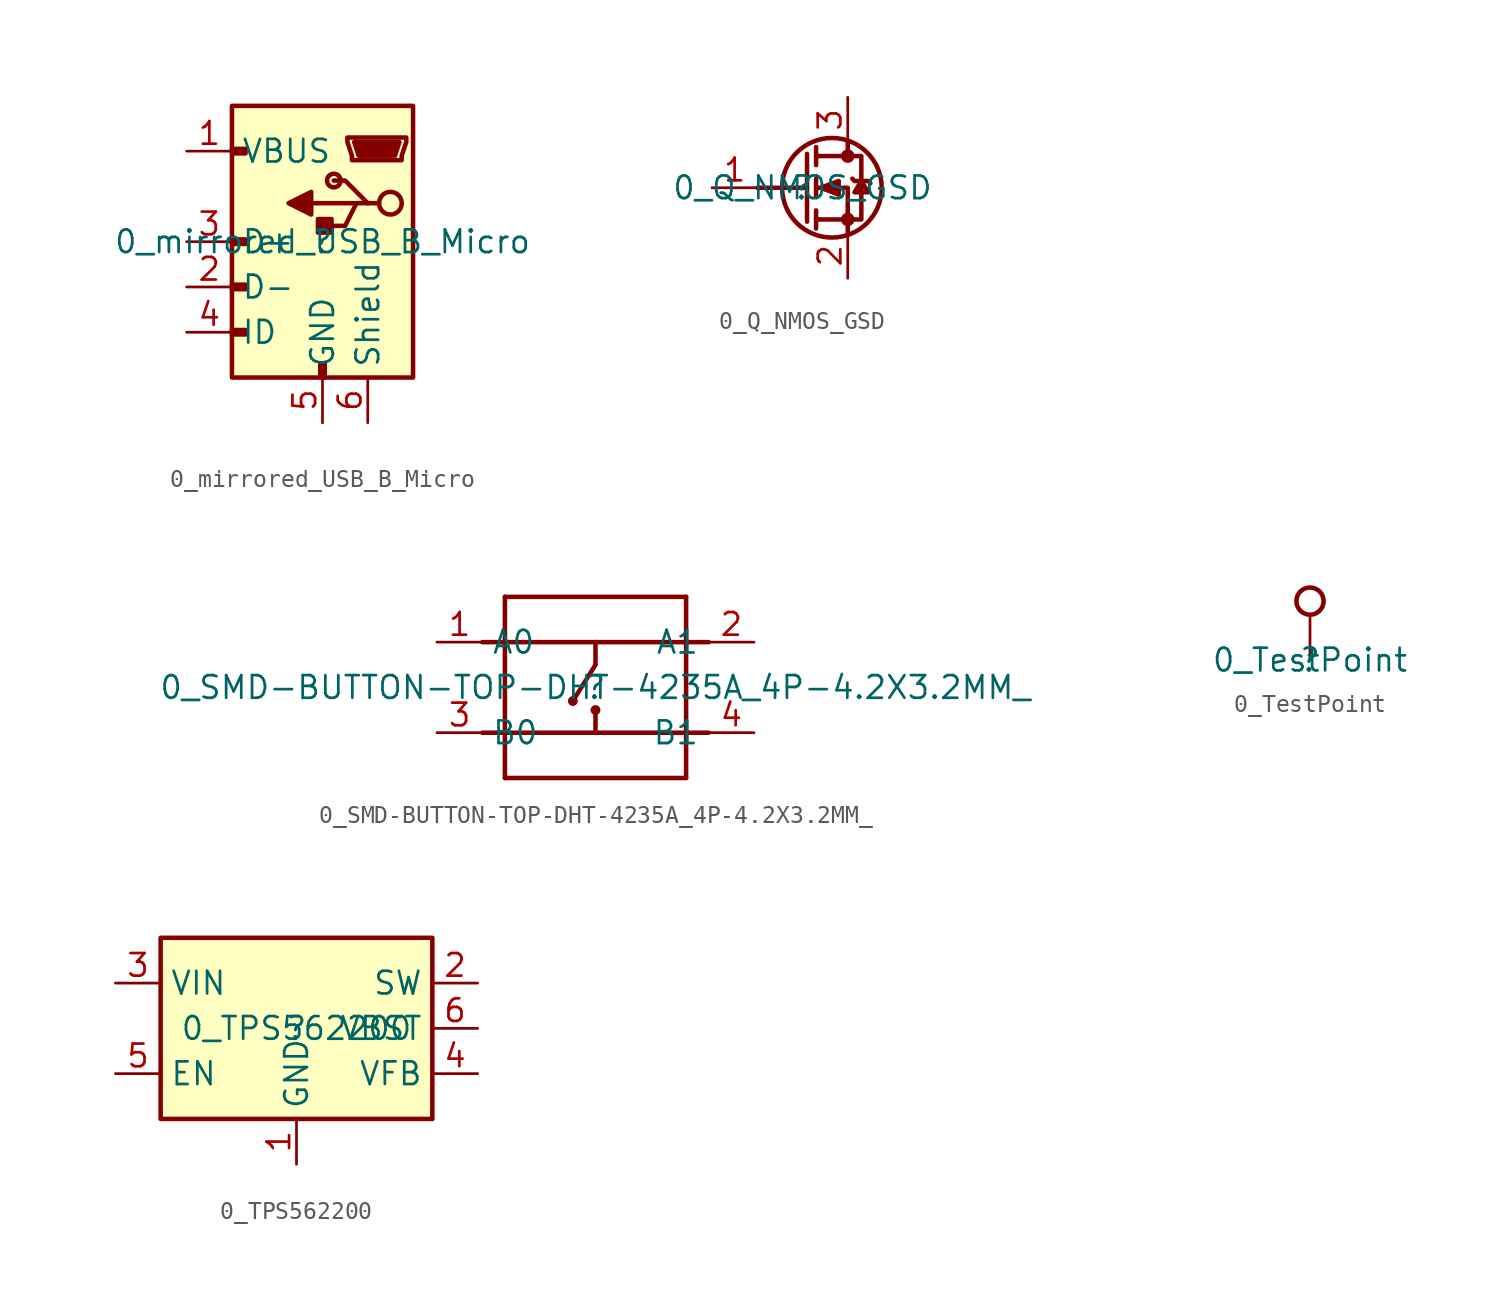
<source format=kicad_sym>
(kicad_symbol_lib
  (version 20211014)
  (generator kicad_symbol_editor)
  (symbol "0_mirrored_USB_B_Micro"
    (property "Reference" ""
      (at 0 0 0)
      (effects (font (size 1.27 1.27))))
    (property "Value" "0_mirrored_USB_B_Micro"
      (at 0 0 0)
      (effects (font (size 1.27 1.27))))
    (symbol "0_mirrored_USB_B_Micro_1_0"
      (rectangle (start -4.318 -4.953) (end -5.08 -5.207) (stroke (width 0.254) (type default) (color 0 0 0 0)) (fill (type none)))
      (rectangle (start -4.318 -2.413) (end -5.08 -2.667) (stroke (width 0.254) (type default) (color 0 0 0 0)) (fill (type none)))
      (rectangle (start -4.318 0.127) (end -5.08 -0.127) (stroke (width 0.254) (type default) (color 0 0 0 0)) (fill (type none)))
      (rectangle (start -4.318 5.207) (end -5.08 4.953) (stroke (width 0.254) (type default) (color 0 0 0 0)) (fill (type none)))
      (polyline (pts (xy 1.905 2.159) (xy -0.635 2.159)) (stroke (width 0.254) (type default) (color 0 0 0 0)) (fill (type none)))
      (polyline (pts (xy 2.54 2.159) (xy 1.905 2.159) (xy 1.27 0.889) (xy 0 0.889)) (stroke (width 0.254) (type default) (color 0 0 0 0)) (fill (type none)))
      (polyline (pts (xy 3.175 2.159) (xy 2.54 2.159) (xy 1.27 3.429) (xy 0.635 3.429)) (stroke (width 0.254) (type default) (color 0 0 0 0)) (fill (type none)))
      (polyline (pts (xy -0.635 2.794) (xy -0.635 1.524) (xy -1.905 2.159) (xy -0.635 2.794) (xy -0.635 2.794)) (stroke (width 0.254) (type default) (color 0 0 0 0)) (fill (type outline)))
      (polyline (pts (xy 4.318 5.588) (xy 1.778 5.588) (xy 2.032 4.826) (xy 4.064 4.826) (xy 4.318 5.588) (xy 4.318 5.588)) (stroke (width 0.254) (type default) (color 0 0 0 0)) (fill (type outline)))
      (polyline (pts (xy 4.699 5.842) (xy 4.699 5.588) (xy 4.445 4.826) (xy 4.445 4.572) (xy 1.651 4.572) (xy 1.651 4.826) (xy 1.397 5.588) (xy 1.397 5.842) (xy 4.699 5.842)) (stroke (width 0.254) (type default) (color 0 0 0 0)) (fill (type none)))
      (rectangle (start 0.127 -6.858) (end -0.127 -7.62) (stroke (width 0.254) (type default) (color 0 0 0 0)) (fill (type none)))
      (rectangle (start 0.508 1.27) (end -0.254 0.508) (stroke (width 0.254) (type default) (color 0 0 0 0)) (fill (type outline)))
      (circle (center 0.635 3.429) (radius 0.381) (stroke (width 0.254) (type default) (color 0 0 0 0)) (fill (type none)))
      (circle (center 3.81 2.159) (radius 0.635) (stroke (width 0.254) (type default) (color 0 0 0 0)) (fill (type none)))
      (rectangle (start 5.08 7.62) (end -5.08 -7.62) (stroke (width 0.254) (type default) (color 0 0 0 0)) (fill (type background)))
      (pin passive line (at -7.62 5.08 0) (length 2.54) (name "VBUS" (effects (font (size 1.27 1.27)))) (number "1" (effects (font (size 1.27 1.27)))))
      (pin passive line (at -7.62 -2.54 0) (length 2.54) (name "D-" (effects (font (size 1.27 1.27)))) (number "2" (effects (font (size 1.27 1.27)))))
      (pin passive line (at -7.62 0 0) (length 2.54) (name "D+" (effects (font (size 1.27 1.27)))) (number "3" (effects (font (size 1.27 1.27)))))
      (pin passive line (at -7.62 -5.08 0) (length 2.54) (name "ID" (effects (font (size 1.27 1.27)))) (number "4" (effects (font (size 1.27 1.27)))))
      (pin passive line (at 0 -10.16 90) (length 2.54) (name "GND" (effects (font (size 1.27 1.27)))) (number "5" (effects (font (size 1.27 1.27)))))
      (pin passive line (at 2.54 -10.16 90) (length 2.54) (name "Shield" (effects (font (size 1.27 1.27)))) (number "6" (effects (font (size 1.27 1.27)))))))
  (symbol "0_Q_NMOS_GSD"
    (property "Reference" ""
      (at 0 0 0)
      (effects (font (size 1.27 1.27))))
    (property "Value" "0_Q_NMOS_GSD"
      (at 0 0 0)
      (effects (font (size 1.27 1.27))))
    (symbol "0_Q_NMOS_GSD_1_0"
      (polyline (pts (xy 0.254 0) (xy -2.54 0)) (stroke (width 0.254) (type default) (color 0 0 0 0)) (fill (type none)))
      (polyline (pts (xy 0.254 1.905) (xy 0.254 -1.905)) (stroke (width 0.254) (type default) (color 0 0 0 0)) (fill (type none)))
      (polyline (pts (xy 0.762 -1.27) (xy 0.762 -2.286)) (stroke (width 0.254) (type default) (color 0 0 0 0)) (fill (type none)))
      (polyline (pts (xy 0.762 0.508) (xy 0.762 -0.508)) (stroke (width 0.254) (type default) (color 0 0 0 0)) (fill (type none)))
      (polyline (pts (xy 0.762 2.286) (xy 0.762 1.27)) (stroke (width 0.254) (type default) (color 0 0 0 0)) (fill (type none)))
      (polyline (pts (xy 2.54 2.54) (xy 2.54 1.778)) (stroke (width 0.254) (type default) (color 0 0 0 0)) (fill (type none)))
      (polyline (pts (xy 2.54 -2.54) (xy 2.54 0) (xy 0.762 0)) (stroke (width 0.254) (type default) (color 0 0 0 0)) (fill (type none)))
      (polyline (pts (xy 0.762 -1.778) (xy 3.302 -1.778) (xy 3.302 1.778) (xy 0.762 1.778)) (stroke (width 0.254) (type default) (color 0 0 0 0)) (fill (type none)))
      (polyline (pts (xy 2.794 0.508) (xy 2.921 0.381) (xy 3.683 0.381) (xy 3.81 0.254)) (stroke (width 0.254) (type default) (color 0 0 0 0)) (fill (type none)))
      (polyline (pts (xy 3.302 0.381) (xy 2.921 -0.254) (xy 3.683 -0.254) (xy 3.302 0.381)) (stroke (width 0.254) (type default) (color 0 0 0 0)) (fill (type none)))
      (polyline (pts (xy 1.016 0) (xy 2.032 0.381) (xy 2.032 -0.381) (xy 1.016 0) (xy 1.016 0)) (stroke (width 0.254) (type default) (color 0 0 0 0)) (fill (type outline)))
      (circle (center 1.651 0) (radius 2.794) (stroke (width 0.254) (type default) (color 0 0 0 0)) (fill (type none)))
      (circle (center 2.54 -1.778) (radius 0.254) (stroke (width 0.254) (type default) (color 0 0 0 0)) (fill (type none)))
      (circle (center 2.54 1.778) (radius 0.254) (stroke (width 0.254) (type default) (color 0 0 0 0)) (fill (type none)))
      (pin passive line (at -5.08 0 0) (length 2.54) (name "G" (effects (font (size 0 0)))) (number "1" (effects (font (size 1.27 1.27)))))
      (pin passive line (at 2.54 -5.08 90) (length 2.54) (name "S" (effects (font (size 0 0)))) (number "2" (effects (font (size 1.27 1.27)))))
      (pin passive line (at 2.54 5.08 270) (length 2.54) (name "D" (effects (font (size 0 0)))) (number "3" (effects (font (size 1.27 1.27)))))))
  (symbol "0_SMD-BUTTON-TOP-DHT-4235A_4P-4.2X3.2MM_"
    (property "Reference" ""
      (at 0 0 0)
      (effects (font (size 1.27 1.27))))
    (property "Value" "0_SMD-BUTTON-TOP-DHT-4235A_4P-4.2X3.2MM_"
      (at 0 0 0)
      (effects (font (size 1.27 1.27))))
    (symbol "0_SMD-BUTTON-TOP-DHT-4235A_4P-4.2X3.2MM__1_0"
      (circle (center -1.27 -0.762) (radius 0.152) (stroke (width 0.254) (type default) (color 0 0 0 0)) (fill (type none)))
      (circle (center 0 -1.27) (radius 0.152) (stroke (width 0.254) (type default) (color 0 0 0 0)) (fill (type none)))
      (polyline (pts (xy -6.35 -2.54) (xy -5.08 -2.54)) (stroke (width 0.254) (type default) (color 0 0 0 0)) (fill (type none)))
      (polyline (pts (xy -6.35 2.54) (xy -5.08 2.54)) (stroke (width 0.254) (type default) (color 0 0 0 0)) (fill (type none)))
      (polyline (pts (xy -5.08 -5.08) (xy -5.08 -2.54)) (stroke (width 0.254) (type default) (color 0 0 0 0)) (fill (type none)))
      (polyline (pts (xy -5.08 -2.54) (xy -5.08 2.54)) (stroke (width 0.254) (type default) (color 0 0 0 0)) (fill (type none)))
      (polyline (pts (xy -5.08 2.54) (xy -5.08 5.08)) (stroke (width 0.254) (type default) (color 0 0 0 0)) (fill (type none)))
      (polyline (pts (xy -5.08 2.54) (xy 0 2.54)) (stroke (width 0.254) (type default) (color 0 0 0 0)) (fill (type none)))
      (polyline (pts (xy -5.08 5.08) (xy 5.08 5.08)) (stroke (width 0.254) (type default) (color 0 0 0 0)) (fill (type none)))
      (polyline (pts (xy 0 -2.54) (xy -5.08 -2.54)) (stroke (width 0.254) (type default) (color 0 0 0 0)) (fill (type none)))
      (polyline (pts (xy 0 -2.54) (xy 5.08 -2.54)) (stroke (width 0.254) (type default) (color 0 0 0 0)) (fill (type none)))
      (polyline (pts (xy 0 -1.27) (xy 0 -2.54)) (stroke (width 0.254) (type default) (color 0 0 0 0)) (fill (type none)))
      (polyline (pts (xy 0 1.27) (xy -1.27 -0.762)) (stroke (width 0.254) (type default) (color 0 0 0 0)) (fill (type none)))
      (polyline (pts (xy 0 2.54) (xy 0 1.27)) (stroke (width 0.254) (type default) (color 0 0 0 0)) (fill (type none)))
      (polyline (pts (xy 0 2.54) (xy 5.08 2.54)) (stroke (width 0.254) (type default) (color 0 0 0 0)) (fill (type none)))
      (polyline (pts (xy 5.08 -5.08) (xy -5.08 -5.08)) (stroke (width 0.254) (type default) (color 0 0 0 0)) (fill (type none)))
      (polyline (pts (xy 5.08 -2.54) (xy 5.08 -5.08)) (stroke (width 0.254) (type default) (color 0 0 0 0)) (fill (type none)))
      (polyline (pts (xy 5.08 2.54) (xy 5.08 -2.54)) (stroke (width 0.254) (type default) (color 0 0 0 0)) (fill (type none)))
      (polyline (pts (xy 5.08 5.08) (xy 5.08 2.54)) (stroke (width 0.254) (type default) (color 0 0 0 0)) (fill (type none)))
      (polyline (pts (xy 6.35 -2.54) (xy 5.08 -2.54)) (stroke (width 0.254) (type default) (color 0 0 0 0)) (fill (type none)))
      (polyline (pts (xy 6.35 2.54) (xy 5.08 2.54)) (stroke (width 0.254) (type default) (color 0 0 0 0)) (fill (type none)))
      (pin passive line (at -8.89 2.54 0) (length 2.54) (name "A0" (effects (font (size 1.27 1.27)))) (number "1" (effects (font (size 1.27 1.27)))))
      (pin passive line (at 8.89 2.54 180) (length 2.54) (name "A1" (effects (font (size 1.27 1.27)))) (number "2" (effects (font (size 1.27 1.27)))))
      (pin passive line (at -8.89 -2.54 0) (length 2.54) (name "B0" (effects (font (size 1.27 1.27)))) (number "3" (effects (font (size 1.27 1.27)))))
      (pin passive line (at 8.89 -2.54 180) (length 2.54) (name "B1" (effects (font (size 1.27 1.27)))) (number "4" (effects (font (size 1.27 1.27)))))))
  (symbol "0_TestPoint"
    (property "Reference" ""
      (at 0 0 0)
      (effects (font (size 1.27 1.27))))
    (property "Value" "0_TestPoint"
      (at 0 0 0)
      (effects (font (size 1.27 1.27))))
    (symbol "0_TestPoint_1_0"
      (circle (center 0 3.302) (radius 0.762) (stroke (width 0.254) (type default) (color 0 0 0 0)) (fill (type none)))
      (pin passive line (at 0 0 90) (length 2.54) (name "1" (effects (font (size 0 0)))) (number "1" (effects (font (size 0 0)))))))
  (symbol "0_TPS562200"
    (property "Reference" ""
      (at 0 0 0)
      (effects (font (size 1.27 1.27))))
    (property "Value" "0_TPS562200"
      (at 0 0 0)
      (effects (font (size 1.27 1.27))))
    (symbol "0_TPS562200_1_0"
      (rectangle (start 7.62 5.08) (end -7.62 -5.08) (stroke (width 0.254) (type default) (color 0 0 0 0)) (fill (type background)))
      (pin passive line (at 0 -7.62 90) (length 2.54) (name "GND" (effects (font (size 1.27 1.27)))) (number "1" (effects (font (size 1.27 1.27)))))
      (pin passive line (at 10.16 2.54 180) (length 2.54) (name "SW" (effects (font (size 1.27 1.27)))) (number "2" (effects (font (size 1.27 1.27)))))
      (pin passive line (at -10.16 2.54 0) (length 2.54) (name "VIN" (effects (font (size 1.27 1.27)))) (number "3" (effects (font (size 1.27 1.27)))))
      (pin passive line (at 10.16 -2.54 180) (length 2.54) (name "VFB" (effects (font (size 1.27 1.27)))) (number "4" (effects (font (size 1.27 1.27)))))
      (pin passive line (at -10.16 -2.54 0) (length 2.54) (name "EN" (effects (font (size 1.27 1.27)))) (number "5" (effects (font (size 1.27 1.27)))))
      (pin passive line (at 10.16 0 180) (length 2.54) (name "VBST" (effects (font (size 1.27 1.27)))) (number "6" (effects (font (size 1.27 1.27))))))))
</source>
